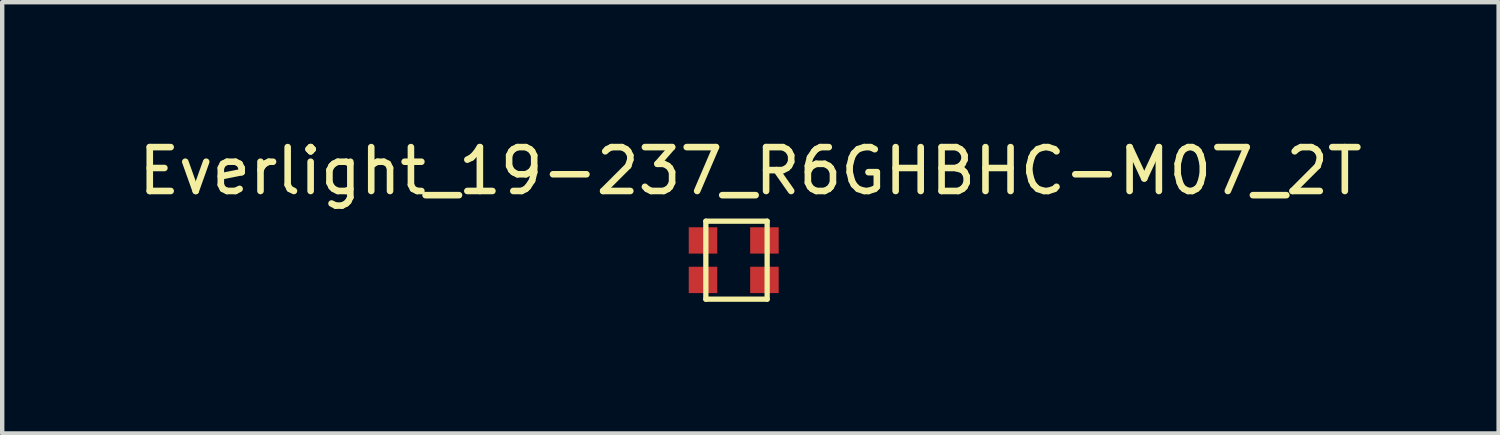
<source format=kicad_pcb>
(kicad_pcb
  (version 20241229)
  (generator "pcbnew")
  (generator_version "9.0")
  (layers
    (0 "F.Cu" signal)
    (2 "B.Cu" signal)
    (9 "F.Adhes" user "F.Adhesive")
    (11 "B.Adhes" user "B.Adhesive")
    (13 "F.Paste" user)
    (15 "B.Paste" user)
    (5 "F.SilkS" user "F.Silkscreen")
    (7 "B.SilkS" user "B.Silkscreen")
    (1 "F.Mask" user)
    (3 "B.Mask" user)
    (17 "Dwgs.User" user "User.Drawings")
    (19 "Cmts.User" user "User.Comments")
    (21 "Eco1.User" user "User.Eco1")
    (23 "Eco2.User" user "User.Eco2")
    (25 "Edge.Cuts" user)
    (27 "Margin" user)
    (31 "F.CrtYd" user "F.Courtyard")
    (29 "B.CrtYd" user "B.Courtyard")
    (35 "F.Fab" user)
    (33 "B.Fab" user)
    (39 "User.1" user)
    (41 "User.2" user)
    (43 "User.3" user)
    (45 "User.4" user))
  (footprint "Everlight_19-237_R6GHBHC-M07_2T"
    (layer "F.Cu")
    (at 13.673 2.88)
    (property "Reference" "Everlight_19-237_R6GHBHC-M07_2T" (at 0.381 -2.032 0) (layer "F.SilkS") (effects (font (size 1 1) (thickness 0.15))))
    (attr through_hole)
    (fp_line (start -0.635 -0.889) (end -0.635 0.889) (stroke (width 0.12) (type solid)) (layer "F.SilkS"))
    (fp_line (start -0.635 0.889) (end 0.762 0.889) (stroke (width 0.12) (type solid)) (layer "F.SilkS"))
    (fp_line (start 0.762 -0.889) (end -0.635 -0.889) (stroke (width 0.12) (type solid)) (layer "F.SilkS"))
    (fp_line (start 0.762 0.889) (end 0.762 -0.889) (stroke (width 0.12) (type solid)) (layer "F.SilkS"))
    (pad "1" smd rect (at -0.7 0.45) (size 0.65 0.6) (layers "F.Cu" "F.Mask" "F.Paste"))
    (pad "2" smd rect (at 0.7 0.45) (size 0.65 0.6) (layers "F.Cu" "F.Mask" "F.Paste"))
    (pad "3" smd rect (at -0.7 -0.45) (size 0.65 0.6) (layers "F.Cu" "F.Mask" "F.Paste"))
    (pad "4" smd rect (at 0.7 -0.45) (size 0.65 0.6) (layers "F.Cu" "F.Mask" "F.Paste")))
  (gr_rect
    (start -3 -3)
    (end 31.107 6.829)
    (stroke (width 0.1) (type default))
    (fill no)
    (layer "Edge.Cuts")))
</source>
